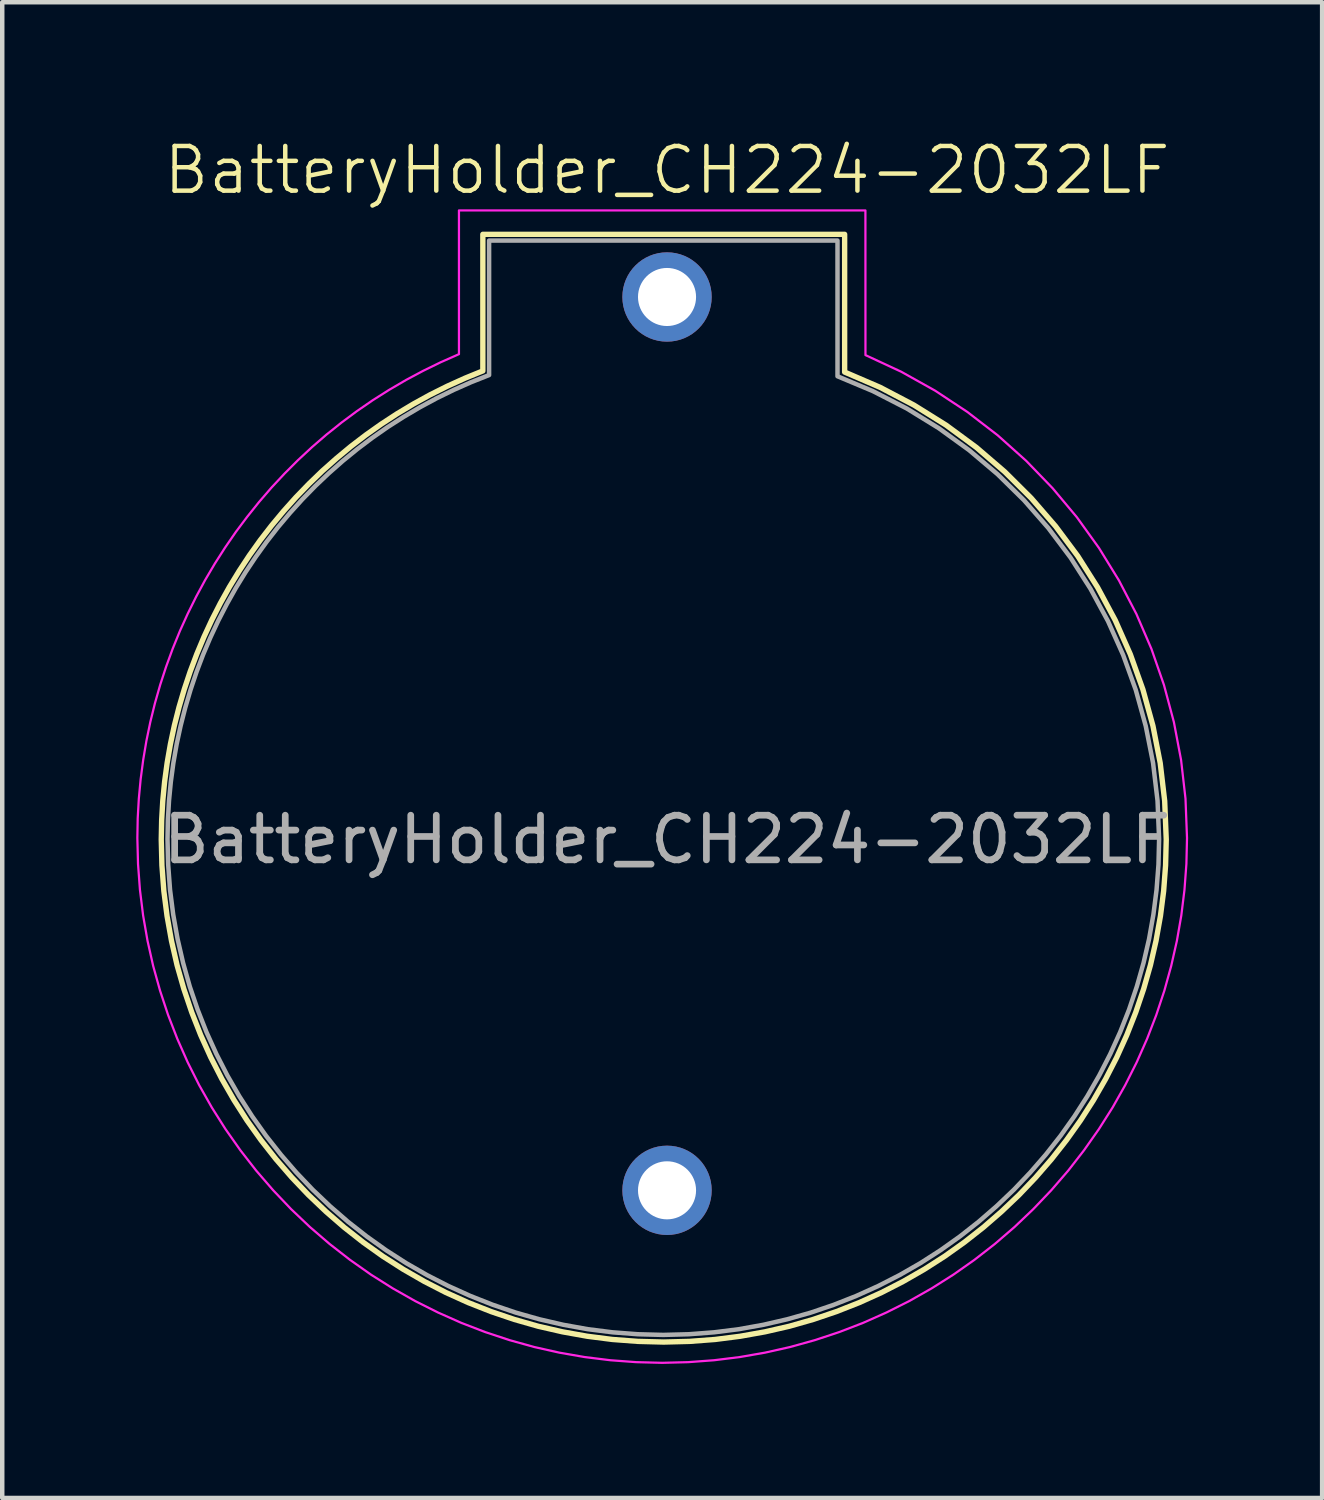
<source format=kicad_pcb>
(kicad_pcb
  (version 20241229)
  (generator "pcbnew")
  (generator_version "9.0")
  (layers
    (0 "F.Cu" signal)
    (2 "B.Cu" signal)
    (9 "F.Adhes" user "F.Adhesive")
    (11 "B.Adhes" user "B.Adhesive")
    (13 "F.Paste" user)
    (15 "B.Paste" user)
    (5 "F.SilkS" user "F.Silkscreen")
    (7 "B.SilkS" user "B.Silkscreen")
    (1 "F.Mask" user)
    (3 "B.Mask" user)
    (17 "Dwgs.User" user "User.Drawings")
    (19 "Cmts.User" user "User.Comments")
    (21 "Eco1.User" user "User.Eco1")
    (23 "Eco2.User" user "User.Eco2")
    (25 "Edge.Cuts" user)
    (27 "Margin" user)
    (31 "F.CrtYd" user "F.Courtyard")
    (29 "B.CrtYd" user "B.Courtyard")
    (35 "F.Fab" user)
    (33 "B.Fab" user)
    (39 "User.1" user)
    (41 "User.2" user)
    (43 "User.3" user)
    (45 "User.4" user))
  (footprint "BatteryHolder_CH224-2032LF"
    (layer "F.Cu")
    (at 11.884 15.746)
    (property "Reference" "BatteryHolder_CH224-2032LF" (at 0 -14.986 0) (unlocked yes) (layer "F.SilkS") (effects (font (size 1 1) (thickness 0.1))))
    (attr through_hole)
    (fp_poly (pts (xy 3.976 -10.466) (xy 4.77 -10.124) (xy 5.527 -9.727) (xy 6.247 -9.278) (xy 6.925 -8.779) (xy 7.561 -8.233) (xy 8.153 -7.644) (xy 8.698 -7.014) (xy 9.195 -6.347) (xy 9.64 -5.644) (xy 10.034 -4.91) (xy 10.372 -4.147) (xy 10.654 -3.358) (xy 10.878 -2.546) (xy 11.041 -1.713) (xy 11.141 -0.864) (xy 11.176 0) (xy 11.161 0.579) (xy 11.118 1.15) (xy 11.046 1.713) (xy 10.947 2.267) (xy 10.822 2.812) (xy 10.67 3.345) (xy 10.493 3.868) (xy 10.292 4.379) (xy 10.067 4.877) (xy 9.818 5.362) (xy 9.547 5.834) (xy 9.255 6.29) (xy 8.941 6.731) (xy 8.607 7.156) (xy 8.253 7.564) (xy 7.881 7.955) (xy 7.49 8.327) (xy 7.082 8.681) (xy 6.657 9.015) (xy 6.216 9.329) (xy 5.76 9.621) (xy 5.288 9.892) (xy 4.803 10.141) (xy 4.305 10.366) (xy 3.794 10.567) (xy 3.271 10.744) (xy 2.738 10.896) (xy 2.193 11.021) (xy 1.639 11.12) (xy 1.076 11.192) (xy 0.505 11.235) (xy -0.074 11.25) (xy -0.653 11.235) (xy -1.224 11.192) (xy -1.787 11.12) (xy -2.341 11.021) (xy -2.886 10.896) (xy -3.419 10.744) (xy -3.942 10.567) (xy -4.453 10.366) (xy -4.951 10.141) (xy -5.436 9.892) (xy -5.907 9.621) (xy -6.364 9.329) (xy -6.805 9.015) (xy -7.23 8.681) (xy -7.638 8.327) (xy -8.029 7.955) (xy -8.401 7.564) (xy -8.755 7.156) (xy -9.089 6.731) (xy -9.403 6.29) (xy -9.695 5.833) (xy -9.966 5.362) (xy -10.215 4.877) (xy -10.44 4.379) (xy -10.641 3.868) (xy -10.818 3.345) (xy -10.97 2.812) (xy -11.095 2.267) (xy -11.194 1.713) (xy -11.266 1.15) (xy -11.309 0.579) (xy -11.324 0) (xy -11.324 0.000008) (xy -11.315 -0.434) (xy -11.29 -0.866) (xy -11.249 -1.293) (xy -11.192 -1.717) (xy -11.119 -2.136) (xy -11.031 -2.551) (xy -10.927 -2.961) (xy -10.808 -3.365) (xy -10.675 -3.764) (xy -10.527 -4.157) (xy -10.365 -4.543) (xy -10.189 -4.922) (xy -9.999 -5.294) (xy -9.796 -5.658) (xy -9.579 -6.014) (xy -9.35 -6.362) (xy -9.108 -6.701) (xy -8.853 -7.031) (xy -8.586 -7.352) (xy -8.308 -7.663) (xy -8.017 -7.964) (xy -7.716 -8.254) (xy -7.402 -8.533) (xy -7.079 -8.801) (xy -6.744 -9.057) (xy -6.399 -9.301) (xy -6.044 -9.533) (xy -5.678 -9.752) (xy -5.304 -9.958) (xy -4.919 -10.15) (xy -4.526 -10.328) (xy -4.124 -10.492) (xy -4.124 -13.55) (xy 3.976 -13.55)) (stroke (width 0.12) (type solid) (color 255 238 170 1)) (fill no) (layer "F.SilkS"))
    (fp_poly (pts (xy 4.442 -10.846) (xy 5.24 -10.475) (xy 6.001 -10.05) (xy 6.722 -9.574) (xy 7.403 -9.05) (xy 8.039 -8.48) (xy 8.631 -7.867) (xy 9.176 -7.215) (xy 9.671 -6.526) (xy 10.116 -5.803) (xy 10.508 -5.049) (xy 10.845 -4.267) (xy 11.125 -3.46) (xy 11.347 -2.63) (xy 11.508 -1.781) (xy 11.607 -0.915) (xy 11.641 -0.035) (xy 11.627 0.547) (xy 11.584 1.126) (xy 11.513 1.7) (xy 11.414 2.268) (xy 11.287 2.829) (xy 11.134 3.382) (xy 10.953 3.927) (xy 10.747 4.461) (xy 10.515 4.985) (xy 10.257 5.498) (xy 9.975 5.998) (xy 9.667 6.484) (xy 9.336 6.955) (xy 8.981 7.412) (xy 8.602 7.851) (xy 8.2 8.273) (xy 7.778 8.675) (xy 7.338 9.054) (xy 6.882 9.409) (xy 6.41 9.741) (xy 5.924 10.048) (xy 5.424 10.331) (xy 4.912 10.588) (xy 4.388 10.821) (xy 3.853 11.027) (xy 3.309 11.207) (xy 2.755 11.361) (xy 2.194 11.487) (xy 1.627 11.586) (xy 1.053 11.657) (xy 0.474 11.7) (xy -0.109 11.715) (xy -0.691 11.7) (xy -1.27 11.657) (xy -1.844 11.586) (xy -2.412 11.487) (xy -2.973 11.361) (xy -3.526 11.207) (xy -4.07 11.027) (xy -4.605 10.821) (xy -5.129 10.588) (xy -5.642 10.331) (xy -6.141 10.048) (xy -6.628 9.741) (xy -7.099 9.409) (xy -7.555 9.054) (xy -7.995 8.675) (xy -8.417 8.274) (xy -8.819 7.851) (xy -9.198 7.412) (xy -9.553 6.956) (xy -9.885 6.484) (xy -10.192 5.998) (xy -10.475 5.498) (xy -10.732 4.986) (xy -10.964 4.462) (xy -11.171 3.927) (xy -11.351 3.382) (xy -11.505 2.829) (xy -11.631 2.268) (xy -11.73 1.7) (xy -11.801 1.126) (xy -11.844 0.547) (xy -11.859 -0.035) (xy -11.859 -0.035) (xy -11.851 -0.477) (xy -11.826 -0.916) (xy -11.785 -1.352) (xy -11.728 -1.784) (xy -11.656 -2.211) (xy -11.568 -2.635) (xy -11.465 -3.053) (xy -11.347 -3.466) (xy -11.214 -3.873) (xy -11.067 -4.275) (xy -10.906 -4.67) (xy -10.73 -5.058) (xy -10.541 -5.44) (xy -10.339 -5.814) (xy -10.123 -6.18) (xy -9.894 -6.538) (xy -9.653 -6.888) (xy -9.398 -7.228) (xy -9.132 -7.56) (xy -8.854 -7.882) (xy -8.563 -8.194) (xy -8.261 -8.496) (xy -7.948 -8.787) (xy -7.624 -9.067) (xy -7.289 -9.335) (xy -6.943 -9.592) (xy -6.587 -9.837) (xy -6.22 -10.069) (xy -5.844 -10.289) (xy -5.458 -10.495) (xy -5.063 -10.688) (xy -4.659 -10.867) (xy -4.659 -14.085) (xy 4.441 -14.085)) (stroke (width 0.05) (type solid) (color 255 0 255 1)) (fill no) (layer "F.CrtYd"))
    (fp_poly (pts (xy 3.816 -10.372) (xy 4.609 -10.039) (xy 5.366 -9.651) (xy 6.084 -9.209) (xy 6.762 -8.718) (xy 7.398 -8.18) (xy 7.99 -7.598) (xy 8.535 -6.975) (xy 9.032 -6.314) (xy 9.478 -5.617) (xy 9.872 -4.889) (xy 10.211 -4.132) (xy 10.494 -3.348) (xy 10.717 -2.541) (xy 10.881 -1.714) (xy 10.981 -0.869) (xy 11.016 -0.01) (xy 11.002 0.561) (xy 10.959 1.125) (xy 10.888 1.681) (xy 10.791 2.227) (xy 10.667 2.764) (xy 10.517 3.291) (xy 10.343 3.807) (xy 10.144 4.311) (xy 9.922 4.802) (xy 9.676 5.281) (xy 9.409 5.746) (xy 9.12 6.196) (xy 8.811 6.631) (xy 8.481 7.051) (xy 8.132 7.453) (xy 7.765 7.839) (xy 7.379 8.206) (xy 6.977 8.555) (xy 6.557 8.885) (xy 6.122 9.194) (xy 5.672 9.483) (xy 5.207 9.75) (xy 4.728 9.995) (xy 4.237 10.217) (xy 3.732 10.416) (xy 3.217 10.591) (xy 2.69 10.74) (xy 2.153 10.864) (xy 1.606 10.962) (xy 1.051 11.032) (xy 0.487 11.075) (xy -0.084 11.09) (xy -0.655 11.075) (xy -1.219 11.032) (xy -1.775 10.962) (xy -2.321 10.864) (xy -2.858 10.74) (xy -3.385 10.591) (xy -3.901 10.416) (xy -4.405 10.217) (xy -4.896 9.995) (xy -5.375 9.75) (xy -5.84 9.483) (xy -6.29 9.194) (xy -6.725 8.884) (xy -7.145 8.555) (xy -7.547 8.206) (xy -7.933 7.839) (xy -8.3 7.453) (xy -8.649 7.05) (xy -8.979 6.631) (xy -9.288 6.196) (xy -9.577 5.745) (xy -9.844 5.281) (xy -10.089 4.802) (xy -10.312 4.31) (xy -10.51 3.806) (xy -10.685 3.291) (xy -10.834 2.764) (xy -10.958 2.227) (xy -11.056 1.68) (xy -11.127 1.125) (xy -11.169 0.561) (xy -11.184 -0.01) (xy -11.184 -0.01) (xy -11.175 -0.442) (xy -11.15 -0.871) (xy -11.109 -1.296) (xy -11.052 -1.718) (xy -10.979 -2.135) (xy -10.89 -2.547) (xy -10.786 -2.954) (xy -10.667 -3.356) (xy -10.534 -3.752) (xy -10.386 -4.142) (xy -10.223 -4.525) (xy -10.047 -4.901) (xy -9.857 -5.27) (xy -9.654 -5.632) (xy -9.437 -5.985) (xy -9.207 -6.33) (xy -8.965 -6.666) (xy -8.71 -6.993) (xy -8.443 -7.31) (xy -8.165 -7.617) (xy -7.874 -7.915) (xy -7.572 -8.201) (xy -7.259 -8.477) (xy -6.935 -8.741) (xy -6.601 -8.993) (xy -6.256 -9.234) (xy -5.901 -9.461) (xy -5.536 -9.676) (xy -5.162 -9.878) (xy -4.778 -10.066) (xy -4.385 -10.24) (xy -3.984 -10.399) (xy -3.984 -13.41) (xy 3.816 -13.41)) (stroke (width 0.1) (type solid) (color 153 153 153 1)) (fill no) (layer "F.Fab"))
    (fp_text user "${REFERENCE}" (at 0 0 0) (unlocked yes) (layer "F.Fab") (effects (font (size 1 1) (thickness 0.15))))
    (pad "1" thru_hole circle (at -0.000471 -12.147) (size 2 2) (drill 1.3) (layers "*.Cu" "*.Mask"))
    (pad "2" thru_hole circle (at -0.000471 7.853) (size 2 2) (drill 1.3) (layers "*.Cu" "*.Mask")))
  (gr_rect
    (start -3 -3)
    (end 26.55 30.486)
    (stroke (width 0.1) (type default))
    (fill no)
    (layer "Edge.Cuts")))
</source>
